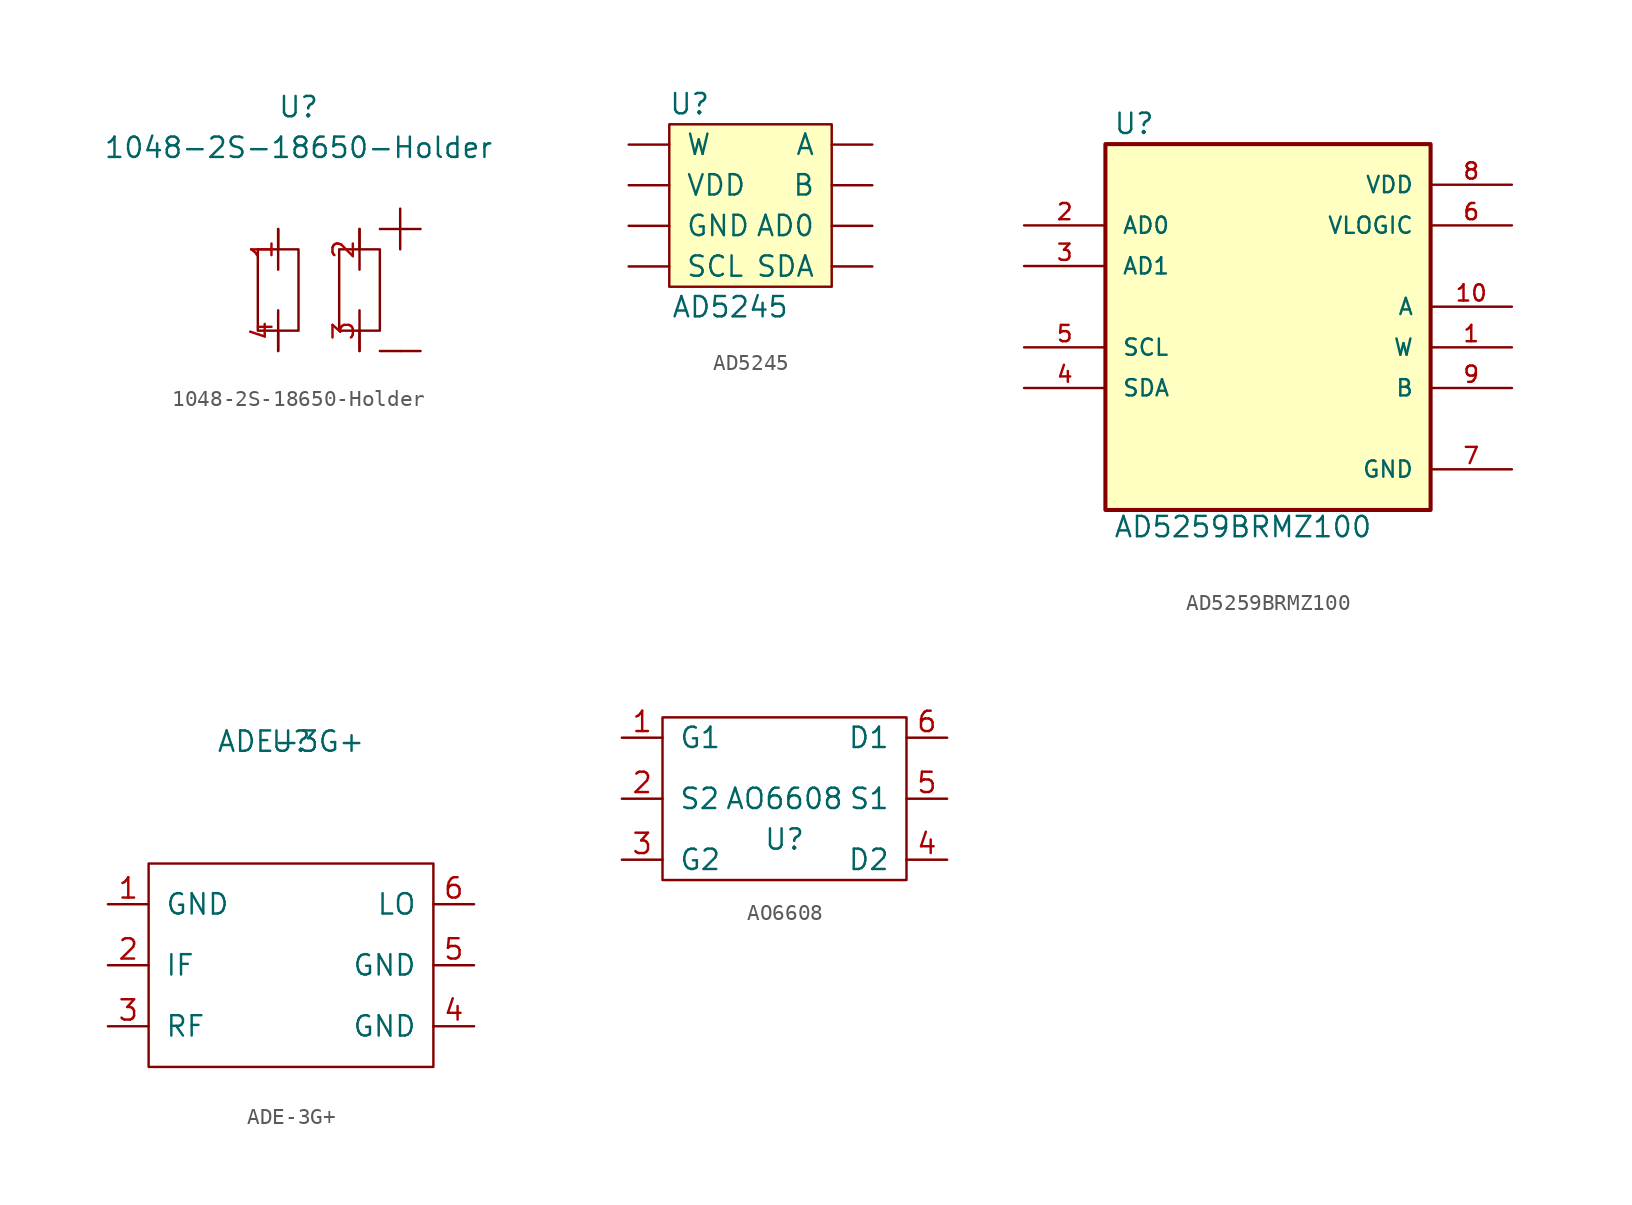
<source format=kicad_sym>
(kicad_symbol_lib
  (version 20211014)
  (generator kicad_symbol_editor)
  (symbol "1048-2S-18650-Holder"
    (pin_names
      (offset 1.016))
    (property "Reference" "U"
      (at 1.27 7.62 0)
      (effects (font (size 1.27 1.27))))
    (property "Value" "1048-2S-18650-Holder"
      (at 1.27 5.08 0)
      (effects (font (size 1.27 1.27))))
    (symbol "1048-2S-18650-Holder_0_1"
      (rectangle (start -1.27 -1.27) (end 1.27 -6.35) (stroke (width 0) (type default) (color 0 0 0 0)) (fill (type none)))
      (rectangle (start 0 -6.35) (end 0 -7.62) (stroke (width 0) (type default) (color 0 0 0 0)) (fill (type none)))
      (rectangle (start 0 0) (end 0 -1.27) (stroke (width 0) (type default) (color 0 0 0 0)) (fill (type none)))
      (rectangle (start 6.35 0) (end 8.89 0) (stroke (width 0) (type default) (color 0 0 0 0)) (fill (type none)))
      (rectangle (start 7.62 -7.62) (end 6.35 -7.62) (stroke (width 0) (type default) (color 0 0 0 0)) (fill (type none)))
      (rectangle (start 7.62 -7.62) (end 8.89 -7.62) (stroke (width 0) (type default) (color 0 0 0 0)) (fill (type none)))
      (rectangle (start 7.62 -1.27) (end 7.62 1.27) (stroke (width 0) (type default) (color 0 0 0 0)) (fill (type none))))
    (symbol "1048-2S-18650-Holder_1_1"
      (rectangle (start 3.81 -1.27) (end 6.35 -6.35) (stroke (width 0) (type default) (color 0 0 0 0)) (fill (type none)))
      (rectangle (start 5.08 -6.35) (end 5.08 -7.62) (stroke (width 0) (type default) (color 0 0 0 0)) (fill (type none)))
      (rectangle (start 5.08 0) (end 5.08 -1.27) (stroke (width 0) (type default) (color 0 0 0 0)) (fill (type none)))
      (pin input line (at 0 0 270) (length 2.54) (name "~" (effects (font (size 1.27 1.27)))) (number "1" (effects (font (size 1.27 1.27)))))
      (pin input line (at 5.08 0 270) (length 2.54) (name "~" (effects (font (size 1.27 1.27)))) (number "2" (effects (font (size 1.27 1.27)))))
      (pin input line (at 5.08 -7.62 90) (length 2.54) (name "~" (effects (font (size 1.27 1.27)))) (number "3" (effects (font (size 1.27 1.27)))))
      (pin input line (at 0 -7.62 90) (length 2.54) (name "~" (effects (font (size 1.27 1.27)))) (number "4" (effects (font (size 1.27 1.27)))))))
  (symbol "AD5245"
    (pin_numbers hide)
    (pin_names
      (offset 1.016))
    (property "Reference" "U"
      (at -1.27 5.08 0)
      (effects (font (size 1.27 1.27))))
    (property "Value" "AD5245"
      (at 1.27 -7.62 0)
      (effects (font (size 1.27 1.27))))
    (symbol "AD5245_0_1"
      (rectangle (start -2.54 3.81) (end 7.62 -6.35) (stroke (width 0) (type default) (color 0 0 0 0)) (fill (type background))))
    (symbol "AD5245_1_1"
      (pin passive line (at -5.08 2.54 0) (length 2.54) (name "W" (effects (font (size 1.27 1.27)))) (number "1" (effects (font (size 1.27 1.27)))))
      (pin power_in line (at -5.08 0 0) (length 2.54) (name "VDD" (effects (font (size 1.27 1.27)))) (number "2" (effects (font (size 1.27 1.27)))))
      (pin power_in line (at -5.08 -2.54 0) (length 2.54) (name "GND" (effects (font (size 1.27 1.27)))) (number "3" (effects (font (size 1.27 1.27)))))
      (pin input line (at -5.08 -5.08 0) (length 2.54) (name "SCL" (effects (font (size 1.27 1.27)))) (number "4" (effects (font (size 1.27 1.27)))))
      (pin bidirectional line (at 10.16 -5.08 180) (length 2.54) (name "SDA" (effects (font (size 1.27 1.27)))) (number "5" (effects (font (size 1.27 1.27)))))
      (pin input line (at 10.16 -2.54 180) (length 2.54) (name "AD0" (effects (font (size 1.27 1.27)))) (number "6" (effects (font (size 1.27 1.27)))))
      (pin passive line (at 10.16 0 180) (length 2.54) (name "B" (effects (font (size 1.27 1.27)))) (number "7" (effects (font (size 1.27 1.27)))))
      (pin passive line (at 10.16 2.54 180) (length 2.54) (name "A" (effects (font (size 1.27 1.27)))) (number "8" (effects (font (size 1.27 1.27)))))))
  (symbol "AD5259BRMZ100"
    (pin_names
      (offset 1.016))
    (property "Reference" "U"
      (at -9.677 13.233 0)
      (effects (font (size 1.27 1.27)) (justify left bottom)))
    (property "Value" "AD5259BRMZ100"
      (at -9.677 -11.963 0)
      (effects (font (size 1.27 1.27)) (justify left bottom)))
    (property "ki_locked" ""
      (at 0 0 0)
      (effects (font (size 1.27 1.27))))
    (symbol "AD5259BRMZ100_0_0"
      (rectangle (start -10.16 -10.16) (end 10.16 12.7) (stroke (width 0.254) (type default) (color 0 0 0 0)) (fill (type background)))
      (pin passive line (at 15.24 0 180) (length 5.08) (name "W" (effects (font (size 1.016 1.016)))) (number "1" (effects (font (size 1.016 1.016)))))
      (pin passive line (at 15.24 2.54 180) (length 5.08) (name "A" (effects (font (size 1.016 1.016)))) (number "10" (effects (font (size 1.016 1.016)))))
      (pin input line (at -15.24 7.62 0) (length 5.08) (name "AD0" (effects (font (size 1.016 1.016)))) (number "2" (effects (font (size 1.016 1.016)))))
      (pin input line (at -15.24 5.08 0) (length 5.08) (name "AD1" (effects (font (size 1.016 1.016)))) (number "3" (effects (font (size 1.016 1.016)))))
      (pin bidirectional line (at -15.24 -2.54 0) (length 5.08) (name "SDA" (effects (font (size 1.016 1.016)))) (number "4" (effects (font (size 1.016 1.016)))))
      (pin input line (at -15.24 0 0) (length 5.08) (name "SCL" (effects (font (size 1.016 1.016)))) (number "5" (effects (font (size 1.016 1.016)))))
      (pin power_in line (at 15.24 7.62 180) (length 5.08) (name "VLOGIC" (effects (font (size 1.016 1.016)))) (number "6" (effects (font (size 1.016 1.016)))))
      (pin power_in line (at 15.24 -7.62 180) (length 5.08) (name "GND" (effects (font (size 1.016 1.016)))) (number "7" (effects (font (size 1.016 1.016)))))
      (pin power_in line (at 15.24 10.16 180) (length 5.08) (name "VDD" (effects (font (size 1.016 1.016)))) (number "8" (effects (font (size 1.016 1.016)))))
      (pin passive line (at 15.24 -2.54 180) (length 5.08) (name "B" (effects (font (size 1.016 1.016)))) (number "9" (effects (font (size 1.016 1.016)))))))
  (symbol "ADE-3G+"
    (pin_names
      (offset 1.016))
    (property "Reference" "U"
      (at 0 13.97 0)
      (effects (font (size 1.27 1.27))))
    (property "Value" "ADE-3G+"
      (at 0 13.97 0)
      (effects (font (size 1.27 1.27))))
    (symbol "ADE-3G+_0_1"
      (rectangle (start -8.89 6.35) (end 8.89 -6.35) (stroke (width 0) (type default) (color 0 0 0 0)) (fill (type none))))
    (symbol "ADE-3G+_1_1"
      (pin power_in line (at -11.43 3.81 0) (length 2.54) (name "GND" (effects (font (size 1.27 1.27)))) (number "1" (effects (font (size 1.27 1.27)))))
      (pin output line (at -11.43 0 0) (length 2.54) (name "IF" (effects (font (size 1.27 1.27)))) (number "2" (effects (font (size 1.27 1.27)))))
      (pin input line (at -11.43 -3.81 0) (length 2.54) (name "RF" (effects (font (size 1.27 1.27)))) (number "3" (effects (font (size 1.27 1.27)))))
      (pin power_in line (at 11.43 -3.81 180) (length 2.54) (name "GND" (effects (font (size 1.27 1.27)))) (number "4" (effects (font (size 1.27 1.27)))))
      (pin power_in line (at 11.43 0 180) (length 2.54) (name "GND" (effects (font (size 1.27 1.27)))) (number "5" (effects (font (size 1.27 1.27)))))
      (pin input line (at 11.43 3.81 180) (length 2.54) (name "LO" (effects (font (size 1.27 1.27)))) (number "6" (effects (font (size 1.27 1.27)))))))
  (symbol "AO6608"
    (pin_names
      (offset 1.016))
    (property "Reference" "U"
      (at 2.54 0 0)
      (effects (font (size 1.27 1.27))))
    (property "Value" "AO6608"
      (at 2.54 2.54 0)
      (effects (font (size 1.27 1.27))))
    (symbol "AO6608_0_1"
      (rectangle (start -5.08 7.62) (end 10.16 -2.54) (stroke (width 0) (type default) (color 0 0 0 0)) (fill (type none))))
    (symbol "AO6608_1_1"
      (pin input line (at -7.62 6.35 0) (length 2.54) (name "G1" (effects (font (size 1.27 1.27)))) (number "1" (effects (font (size 1.27 1.27)))))
      (pin input line (at -7.62 2.54 0) (length 2.54) (name "S2" (effects (font (size 1.27 1.27)))) (number "2" (effects (font (size 1.27 1.27)))))
      (pin input line (at -7.62 -1.27 0) (length 2.54) (name "G2" (effects (font (size 1.27 1.27)))) (number "3" (effects (font (size 1.27 1.27)))))
      (pin input line (at 12.7 -1.27 180) (length 2.54) (name "D2" (effects (font (size 1.27 1.27)))) (number "4" (effects (font (size 1.27 1.27)))))
      (pin input line (at 12.7 2.54 180) (length 2.54) (name "S1" (effects (font (size 1.27 1.27)))) (number "5" (effects (font (size 1.27 1.27)))))
      (pin input line (at 12.7 6.35 180) (length 2.54) (name "D1" (effects (font (size 1.27 1.27)))) (number "6" (effects (font (size 1.27 1.27))))))))
</source>
